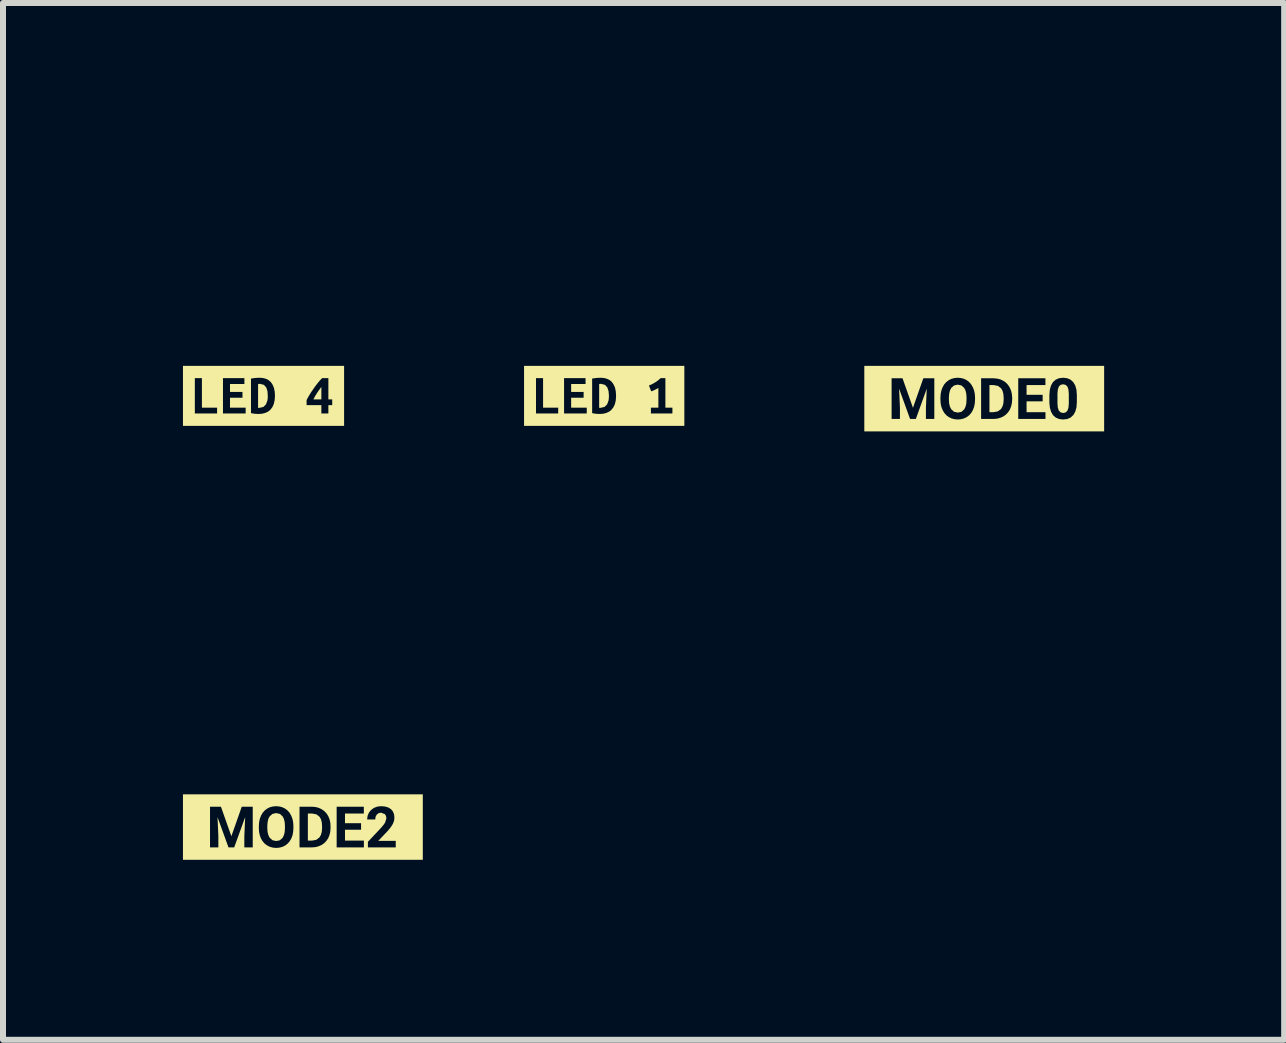
<source format=kicad_pcb>
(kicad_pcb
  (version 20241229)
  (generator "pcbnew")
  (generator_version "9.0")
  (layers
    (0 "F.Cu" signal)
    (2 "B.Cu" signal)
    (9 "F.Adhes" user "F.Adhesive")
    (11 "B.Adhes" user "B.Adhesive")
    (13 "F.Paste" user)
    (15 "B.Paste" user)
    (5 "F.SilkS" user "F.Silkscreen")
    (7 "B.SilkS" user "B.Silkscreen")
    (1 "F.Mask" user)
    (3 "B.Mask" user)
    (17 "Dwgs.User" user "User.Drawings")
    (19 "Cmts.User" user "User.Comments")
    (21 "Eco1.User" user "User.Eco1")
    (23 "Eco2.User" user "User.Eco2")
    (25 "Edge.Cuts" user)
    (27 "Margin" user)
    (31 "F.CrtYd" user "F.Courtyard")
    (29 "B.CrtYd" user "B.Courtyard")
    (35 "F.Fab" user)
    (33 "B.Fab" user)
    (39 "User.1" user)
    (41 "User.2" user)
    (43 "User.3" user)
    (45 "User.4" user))
  (footprint "kibuzzard-6596C325"
    (layer "F.Cu")
    (at 7.022 3.549)
    (property "Reference" "kibuzzard-6596C325" (at 0 -3.548 0) (layer "F.SilkS") (effects (font (size 0.001 0.001) (thickness 0.15))))
    (attr board_only exclude_from_pos_files exclude_from_bom)
    (fp_poly (pts (xy -0.084 0.199) (xy -0.073 0.2) (xy -0.063 0.2) (xy 0.004 0.185) (xy 0.048 0.143) (xy 0.072 0.08) (xy 0.077 0.041) (xy 0.079 -0.001) (xy 0.073 -0.075) (xy 0.053 -0.139) (xy 0.014 -0.183) (xy -0.05 -0.2) (xy -0.067 -0.2) (xy -0.084 -0.197) (xy -0.084 0.199)) (stroke (width 0) (type solid)) (fill yes) (layer "F.SilkS"))
    (fp_poly (pts (xy -1.137 -0.5) (xy -1.336 -0.5) (xy -1.336 0.5) (xy -1.137 0.5) (xy -0.767 0.5) (xy -0.767 0.294) (xy -1.137 0.294) (xy -1.137 -0.295) (xy -1.019 -0.295) (xy -1.019 0.197) (xy -0.767 0.197) (xy -0.767 0.294) (xy -0.767 0.5) (xy -0.669 0.5) (xy -0.669 0.294) (xy -0.669 -0.295) (xy -0.311 -0.295) (xy -0.311 -0.198) (xy -0.551 -0.198) (xy -0.551 -0.066) (xy -0.343 -0.066) (xy -0.343 0.031) (xy -0.551 0.031) (xy -0.551 0.197) (xy -0.291 0.197) (xy -0.291 0.294) (xy -0.669 0.294) (xy -0.669 0.5) (xy -0.075 0.5) (xy -0.075 0.302) (xy -0.137 0.299) (xy -0.201 0.288) (xy -0.201 -0.288) (xy -0.126 -0.299) (xy -0.06 -0.302) (xy -0.004 -0.298) (xy 0.046 -0.285) (xy 0.091 -0.263) (xy 0.128 -0.231) (xy 0.157 -0.189) (xy 0.18 -0.138) (xy 0.193 -0.075) (xy 0.198 -0.001) (xy 0.193 0.075) (xy 0.178 0.139) (xy 0.153 0.191) (xy 0.121 0.232) (xy 0.081 0.264) (xy 0.035 0.285) (xy -0.018 0.298) (xy -0.075 0.302) (xy -0.075 0.5) (xy 1.137 0.5) (xy 1.137 0.294) (xy 0.779 0.294) (xy 0.779 0.197) (xy 0.903 0.197) (xy 0.903 -0.132) (xy 0.842 -0.099) (xy 0.784 -0.075) (xy 0.746 -0.172) (xy 0.795 -0.194) (xy 0.849 -0.224) (xy 0.899 -0.258) (xy 0.94 -0.295) (xy 1.02 -0.295) (xy 1.02 0.197) (xy 1.137 0.197) (xy 1.137 0.294) (xy 1.137 0.5) (xy 1.336 0.5) (xy 1.336 -0.5) (xy 1.137 -0.5) (xy -1.137 -0.5)) (stroke (width 0) (type solid)) (fill yes) (layer "F.SilkS")))
  (footprint "kibuzzard-640602B5"
    (layer "F.Cu")
    (at 13.357 3.595)
    (property "Reference" "kibuzzard-640602B5" (at 0 -3.594 0) (layer "F.SilkS") (effects (font (size 0.001 0.001) (thickness 0.15))))
    (attr board_only exclude_from_pos_files exclude_from_bom)
    (fp_poly (pts (xy 0.087 -0.226) (xy 0.087 0.226) (xy 0.155 0.226) (xy 0.227 0.213) (xy 0.28 0.173) (xy 0.304 0.132) (xy 0.319 0.081) (xy 0.324 0.02) (xy 0.324 -0.016) (xy 0.319 -0.079) (xy 0.305 -0.131) (xy 0.281 -0.172) (xy 0.229 -0.212) (xy 0.156 -0.226) (xy 0.087 -0.226)) (stroke (width 0) (type solid)) (fill yes) (layer "F.SilkS"))
    (fp_poly (pts (xy 1.41 -0.078) (xy 1.404 -0.151) (xy 1.387 -0.201) (xy 1.357 -0.229) (xy 1.315 -0.239) (xy 1.274 -0.23) (xy 1.245 -0.203) (xy 1.228 -0.156) (xy 1.221 -0.088) (xy 1.221 0.076) (xy 1.226 0.148) (xy 1.243 0.199) (xy 1.273 0.229) (xy 1.316 0.24) (xy 1.358 0.23) (xy 1.387 0.201) (xy 1.404 0.152) (xy 1.41 0.083) (xy 1.41 -0.078)) (stroke (width 0) (type solid)) (fill yes) (layer "F.SilkS"))
    (fp_poly (pts (xy -0.295 -0.015) (xy -0.299 -0.081) (xy -0.312 -0.135) (xy -0.333 -0.177) (xy -0.379 -0.219) (xy -0.442 -0.233) (xy -0.504 -0.219) (xy -0.55 -0.178) (xy -0.571 -0.136) (xy -0.584 -0.082) (xy -0.589 -0.018) (xy -0.589 0.015) (xy -0.585 0.079) (xy -0.572 0.133) (xy -0.551 0.176) (xy -0.504 0.219) (xy -0.441 0.233) (xy -0.379 0.22) (xy -0.333 0.178) (xy -0.312 0.136) (xy -0.299 0.082) (xy -0.295 0.018) (xy -0.295 -0.015)) (stroke (width 0) (type solid)) (fill yes) (layer "F.SilkS"))
    (fp_poly (pts (xy -1.801 -0.546) (xy -1.999 -0.546) (xy -1.999 0.546) (xy -1.801 0.546) (xy -0.832 0.546) (xy -0.832 0.339) (xy -0.972 0.339) (xy -0.972 0.153) (xy -0.958 -0.166) (xy -1.14 0.339) (xy -1.236 0.339) (xy -1.419 -0.166) (xy -1.405 0.153) (xy -1.405 0.339) (xy -1.544 0.339) (xy -1.544 -0.339) (xy -1.362 -0.339) (xy -1.188 0.153) (xy -1.015 -0.339) (xy -0.832 -0.339) (xy -0.832 0.339) (xy -0.832 0.546) (xy -0.441 0.546) (xy -0.441 0.348) (xy -0.495 0.343) (xy -0.545 0.33) (xy -0.591 0.307) (xy -0.632 0.277) (xy -0.666 0.238) (xy -0.693 0.192) (xy -0.714 0.139) (xy -0.726 0.082) (xy -0.73 0.019) (xy -0.73 -0.014) (xy -0.726 -0.078) (xy -0.714 -0.137) (xy -0.694 -0.19) (xy -0.667 -0.237) (xy -0.633 -0.276) (xy -0.592 -0.307) (xy -0.546 -0.33) (xy -0.496 -0.343) (xy -0.442 -0.348) (xy -0.387 -0.343) (xy -0.337 -0.33) (xy -0.291 -0.307) (xy -0.251 -0.276) (xy -0.217 -0.237) (xy -0.19 -0.19) (xy -0.169 -0.137) (xy -0.157 -0.079) (xy -0.153 -0.015) (xy -0.153 0.015) (xy -0.157 0.079) (xy -0.169 0.138) (xy -0.189 0.191) (xy -0.216 0.237) (xy -0.249 0.276) (xy -0.29 0.307) (xy -0.336 0.33) (xy -0.386 0.343) (xy -0.441 0.348) (xy -0.441 0.546) (xy -0.052 0.546) (xy -0.052 0.339) (xy -0.052 -0.339) (xy 0.156 -0.339) (xy 0.214 -0.334) (xy 0.267 -0.321) (xy 0.316 -0.298) (xy 0.36 -0.268) (xy 0.396 -0.23) (xy 0.426 -0.184) (xy 0.448 -0.132) (xy 0.461 -0.076) (xy 0.466 -0.015) (xy 0.466 0.016) (xy 0.461 0.076) (xy 0.448 0.132) (xy 0.427 0.184) (xy 0.397 0.229) (xy 0.361 0.267) (xy 0.317 0.298) (xy 0.268 0.32) (xy 0.215 0.334) (xy 0.158 0.339) (xy -0.052 0.339) (xy -0.052 0.546) (xy 1.021 0.546) (xy 1.021 0.339) (xy 0.567 0.339) (xy 0.567 -0.339) (xy 1.02 -0.339) (xy 1.02 -0.226) (xy 0.706 -0.226) (xy 0.706 -0.064) (xy 0.974 -0.064) (xy 0.974 0.045) (xy 0.706 0.045) (xy 0.706 0.226) (xy 1.021 0.226) (xy 1.021 0.339) (xy 1.021 0.546) (xy 1.316 0.546) (xy 1.316 0.348) (xy 1.248 0.34) (xy 1.191 0.315) (xy 1.146 0.275) (xy 1.114 0.219) (xy 1.094 0.149) (xy 1.086 0.066) (xy 1.086 -0.059) (xy 1.093 -0.146) (xy 1.113 -0.218) (xy 1.145 -0.274) (xy 1.19 -0.315) (xy 1.247 -0.34) (xy 1.315 -0.348) (xy 1.383 -0.34) (xy 1.439 -0.316) (xy 1.484 -0.275) (xy 1.517 -0.22) (xy 1.537 -0.15) (xy 1.544 -0.066) (xy 1.544 0.059) (xy 1.538 0.145) (xy 1.518 0.217) (xy 1.486 0.273) (xy 1.441 0.315) (xy 1.384 0.34) (xy 1.316 0.348) (xy 1.316 0.546) (xy 1.801 0.546) (xy 1.999 0.546) (xy 1.999 -0.546) (xy 1.801 -0.546) (xy -1.801 -0.546)) (stroke (width 0) (type solid)) (fill yes) (layer "F.SilkS")))
  (footprint "kibuzzard-6596C34F"
    (layer "F.Cu")
    (at 1.343 3.549)
    (property "Reference" "kibuzzard-6596C34F" (at 0 -3.548 0) (layer "F.SilkS") (effects (font (size 0.001 0.001) (thickness 0.15))))
    (attr board_only exclude_from_pos_files exclude_from_bom)
    (fp_poly (pts (xy 0.964 -0.149) (xy 0.929 -0.102) (xy 0.893 -0.05) (xy 0.859 0.005) (xy 0.831 0.059) (xy 0.964 0.059) (xy 0.964 -0.149)) (stroke (width 0) (type solid)) (fill yes) (layer "F.SilkS"))
    (fp_poly (pts (xy -0.091 0.199) (xy -0.081 0.2) (xy -0.07 0.2) (xy -0.003 0.185) (xy 0.04 0.143) (xy 0.064 0.08) (xy 0.07 0.041) (xy 0.071 -0.001) (xy 0.066 -0.075) (xy 0.046 -0.139) (xy 0.007 -0.183) (xy -0.057 -0.2) (xy -0.074 -0.2) (xy -0.091 -0.197) (xy -0.091 0.199)) (stroke (width 0) (type solid)) (fill yes) (layer "F.SilkS"))
    (fp_poly (pts (xy -1.145 -0.5) (xy -1.343 -0.5) (xy -1.343 0.5) (xy -1.145 0.5) (xy -0.774 0.5) (xy -0.774 0.294) (xy -1.145 0.294) (xy -1.145 -0.295) (xy -1.027 -0.295) (xy -1.027 0.197) (xy -0.774 0.197) (xy -0.774 0.294) (xy -0.774 0.5) (xy -0.676 0.5) (xy -0.676 0.294) (xy -0.676 -0.295) (xy -0.319 -0.295) (xy -0.319 -0.198) (xy -0.559 -0.198) (xy -0.559 -0.066) (xy -0.351 -0.066) (xy -0.351 0.031) (xy -0.559 0.031) (xy -0.559 0.197) (xy -0.298 0.197) (xy -0.298 0.294) (xy -0.676 0.294) (xy -0.676 0.5) (xy -0.083 0.5) (xy -0.083 0.302) (xy -0.144 0.299) (xy -0.209 0.288) (xy -0.209 -0.288) (xy -0.133 -0.299) (xy -0.068 -0.302) (xy -0.012 -0.298) (xy 0.039 -0.285) (xy 0.083 -0.263) (xy 0.12 -0.231) (xy 0.15 -0.189) (xy 0.172 -0.138) (xy 0.186 -0.075) (xy 0.191 -0.001) (xy 0.185 0.075) (xy 0.17 0.139) (xy 0.146 0.191) (xy 0.113 0.232) (xy 0.074 0.264) (xy 0.027 0.285) (xy -0.025 0.298) (xy -0.083 0.302) (xy -0.083 0.5) (xy 1.081 0.5) (xy 1.081 0.294) (xy 0.964 0.294) (xy 0.964 0.155) (xy 0.718 0.155) (xy 0.718 0.07) (xy 0.739 0.03) (xy 0.765 -0.015) (xy 0.795 -0.063) (xy 0.828 -0.111) (xy 0.863 -0.161) (xy 0.9 -0.209) (xy 0.938 -0.255) (xy 0.976 -0.295) (xy 1.081 -0.295) (xy 1.081 0.059) (xy 1.145 0.059) (xy 1.145 0.155) (xy 1.081 0.155) (xy 1.081 0.294) (xy 1.081 0.5) (xy 1.145 0.5) (xy 1.343 0.5) (xy 1.343 -0.5) (xy 1.145 -0.5) (xy -1.145 -0.5)) (stroke (width 0) (type solid)) (fill yes) (layer "F.SilkS")))
  (footprint "kibuzzard-640602C1"
    (layer "F.Cu")
    (at 1.999 10.737)
    (property "Reference" "kibuzzard-640602C1" (at 0 -3.594 0) (layer "F.SilkS") (effects (font (size 0.001 0.001) (thickness 0.15))))
    (attr board_only exclude_from_pos_files exclude_from_bom)
    (fp_poly (pts (xy 0.083 -0.226) (xy 0.083 0.226) (xy 0.151 0.226) (xy 0.223 0.213) (xy 0.276 0.173) (xy 0.3 0.132) (xy 0.315 0.081) (xy 0.32 0.02) (xy 0.32 -0.016) (xy 0.315 -0.079) (xy 0.301 -0.131) (xy 0.277 -0.172) (xy 0.225 -0.212) (xy 0.152 -0.226) (xy 0.083 -0.226)) (stroke (width 0) (type solid)) (fill yes) (layer "F.SilkS"))
    (fp_poly (pts (xy -0.299 -0.015) (xy -0.303 -0.081) (xy -0.316 -0.135) (xy -0.337 -0.177) (xy -0.383 -0.219) (xy -0.446 -0.233) (xy -0.508 -0.219) (xy -0.554 -0.178) (xy -0.576 -0.136) (xy -0.588 -0.082) (xy -0.593 -0.018) (xy -0.593 0.015) (xy -0.589 0.079) (xy -0.576 0.133) (xy -0.555 0.176) (xy -0.508 0.219) (xy -0.445 0.233) (xy -0.383 0.22) (xy -0.337 0.178) (xy -0.316 0.136) (xy -0.303 0.082) (xy -0.299 0.018) (xy -0.299 -0.015)) (stroke (width 0) (type solid)) (fill yes) (layer "F.SilkS"))
    (fp_poly (pts (xy -1.801 -0.546) (xy -1.999 -0.546) (xy -1.999 0.546) (xy -1.801 0.546) (xy -0.836 0.546) (xy -0.836 0.339) (xy -0.976 0.339) (xy -0.976 0.153) (xy -0.962 -0.166) (xy -1.145 0.339) (xy -1.24 0.339) (xy -1.423 -0.166) (xy -1.409 0.153) (xy -1.409 0.339) (xy -1.548 0.339) (xy -1.548 -0.339) (xy -1.366 -0.339) (xy -1.192 0.153) (xy -1.019 -0.339) (xy -0.836 -0.339) (xy -0.836 0.339) (xy -0.836 0.546) (xy -0.445 0.546) (xy -0.445 0.348) (xy -0.499 0.343) (xy -0.549 0.33) (xy -0.595 0.307) (xy -0.636 0.277) (xy -0.67 0.238) (xy -0.698 0.192) (xy -0.718 0.139) (xy -0.73 0.082) (xy -0.734 0.019) (xy -0.734 -0.014) (xy -0.73 -0.078) (xy -0.718 -0.137) (xy -0.698 -0.19) (xy -0.671 -0.237) (xy -0.637 -0.276) (xy -0.596 -0.307) (xy -0.551 -0.33) (xy -0.5 -0.343) (xy -0.446 -0.348) (xy -0.392 -0.343) (xy -0.342 -0.33) (xy -0.296 -0.307) (xy -0.255 -0.276) (xy -0.221 -0.237) (xy -0.194 -0.19) (xy -0.174 -0.137) (xy -0.162 -0.079) (xy -0.158 -0.015) (xy -0.158 0.015) (xy -0.162 0.079) (xy -0.173 0.138) (xy -0.193 0.191) (xy -0.22 0.237) (xy -0.254 0.276) (xy -0.294 0.307) (xy -0.34 0.33) (xy -0.39 0.343) (xy -0.445 0.348) (xy -0.445 0.546) (xy -0.056 0.546) (xy -0.056 0.339) (xy -0.056 -0.339) (xy 0.152 -0.339) (xy 0.21 -0.334) (xy 0.263 -0.321) (xy 0.312 -0.298) (xy 0.355 -0.268) (xy 0.392 -0.23) (xy 0.422 -0.184) (xy 0.444 -0.132) (xy 0.457 -0.076) (xy 0.461 -0.015) (xy 0.461 0.016) (xy 0.457 0.076) (xy 0.444 0.132) (xy 0.423 0.184) (xy 0.393 0.229) (xy 0.357 0.267) (xy 0.313 0.298) (xy 0.264 0.32) (xy 0.211 0.334) (xy 0.153 0.339) (xy -0.056 0.339) (xy -0.056 0.546) (xy 1.017 0.546) (xy 1.017 0.339) (xy 0.563 0.339) (xy 0.563 -0.339) (xy 1.016 -0.339) (xy 1.016 -0.226) (xy 0.702 -0.226) (xy 0.702 -0.064) (xy 0.97 -0.064) (xy 0.97 0.045) (xy 0.702 0.045) (xy 0.702 0.226) (xy 1.017 0.226) (xy 1.017 0.339) (xy 1.017 0.546) (xy 1.548 0.546) (xy 1.548 0.339) (xy 1.084 0.339) (xy 1.084 0.246) (xy 1.303 0.013) (xy 1.342 -0.033) (xy 1.37 -0.073) (xy 1.392 -0.143) (xy 1.386 -0.183) (xy 1.369 -0.214) (xy 1.304 -0.24) (xy 1.263 -0.232) (xy 1.232 -0.208) (xy 1.212 -0.172) (xy 1.206 -0.126) (xy 1.071 -0.126) (xy 1.078 -0.185) (xy 1.1 -0.239) (xy 1.136 -0.284) (xy 1.184 -0.319) (xy 1.241 -0.341) (xy 1.306 -0.348) (xy 1.371 -0.342) (xy 1.425 -0.326) (xy 1.469 -0.298) (xy 1.501 -0.26) (xy 1.52 -0.212) (xy 1.526 -0.156) (xy 1.52 -0.105) (xy 1.5 -0.053) (xy 1.465 0.003) (xy 1.411 0.068) (xy 1.257 0.23) (xy 1.548 0.23) (xy 1.548 0.339) (xy 1.548 0.546) (xy 1.801 0.546) (xy 1.999 0.546) (xy 1.999 -0.546) (xy 1.801 -0.546) (xy -1.801 -0.546)) (stroke (width 0) (type solid)) (fill yes) (layer "F.SilkS")))
  (gr_rect
    (start -3 -3)
    (end 18.357 14.283)
    (stroke (width 0.1) (type default))
    (fill no)
    (layer "Edge.Cuts")))
</source>
